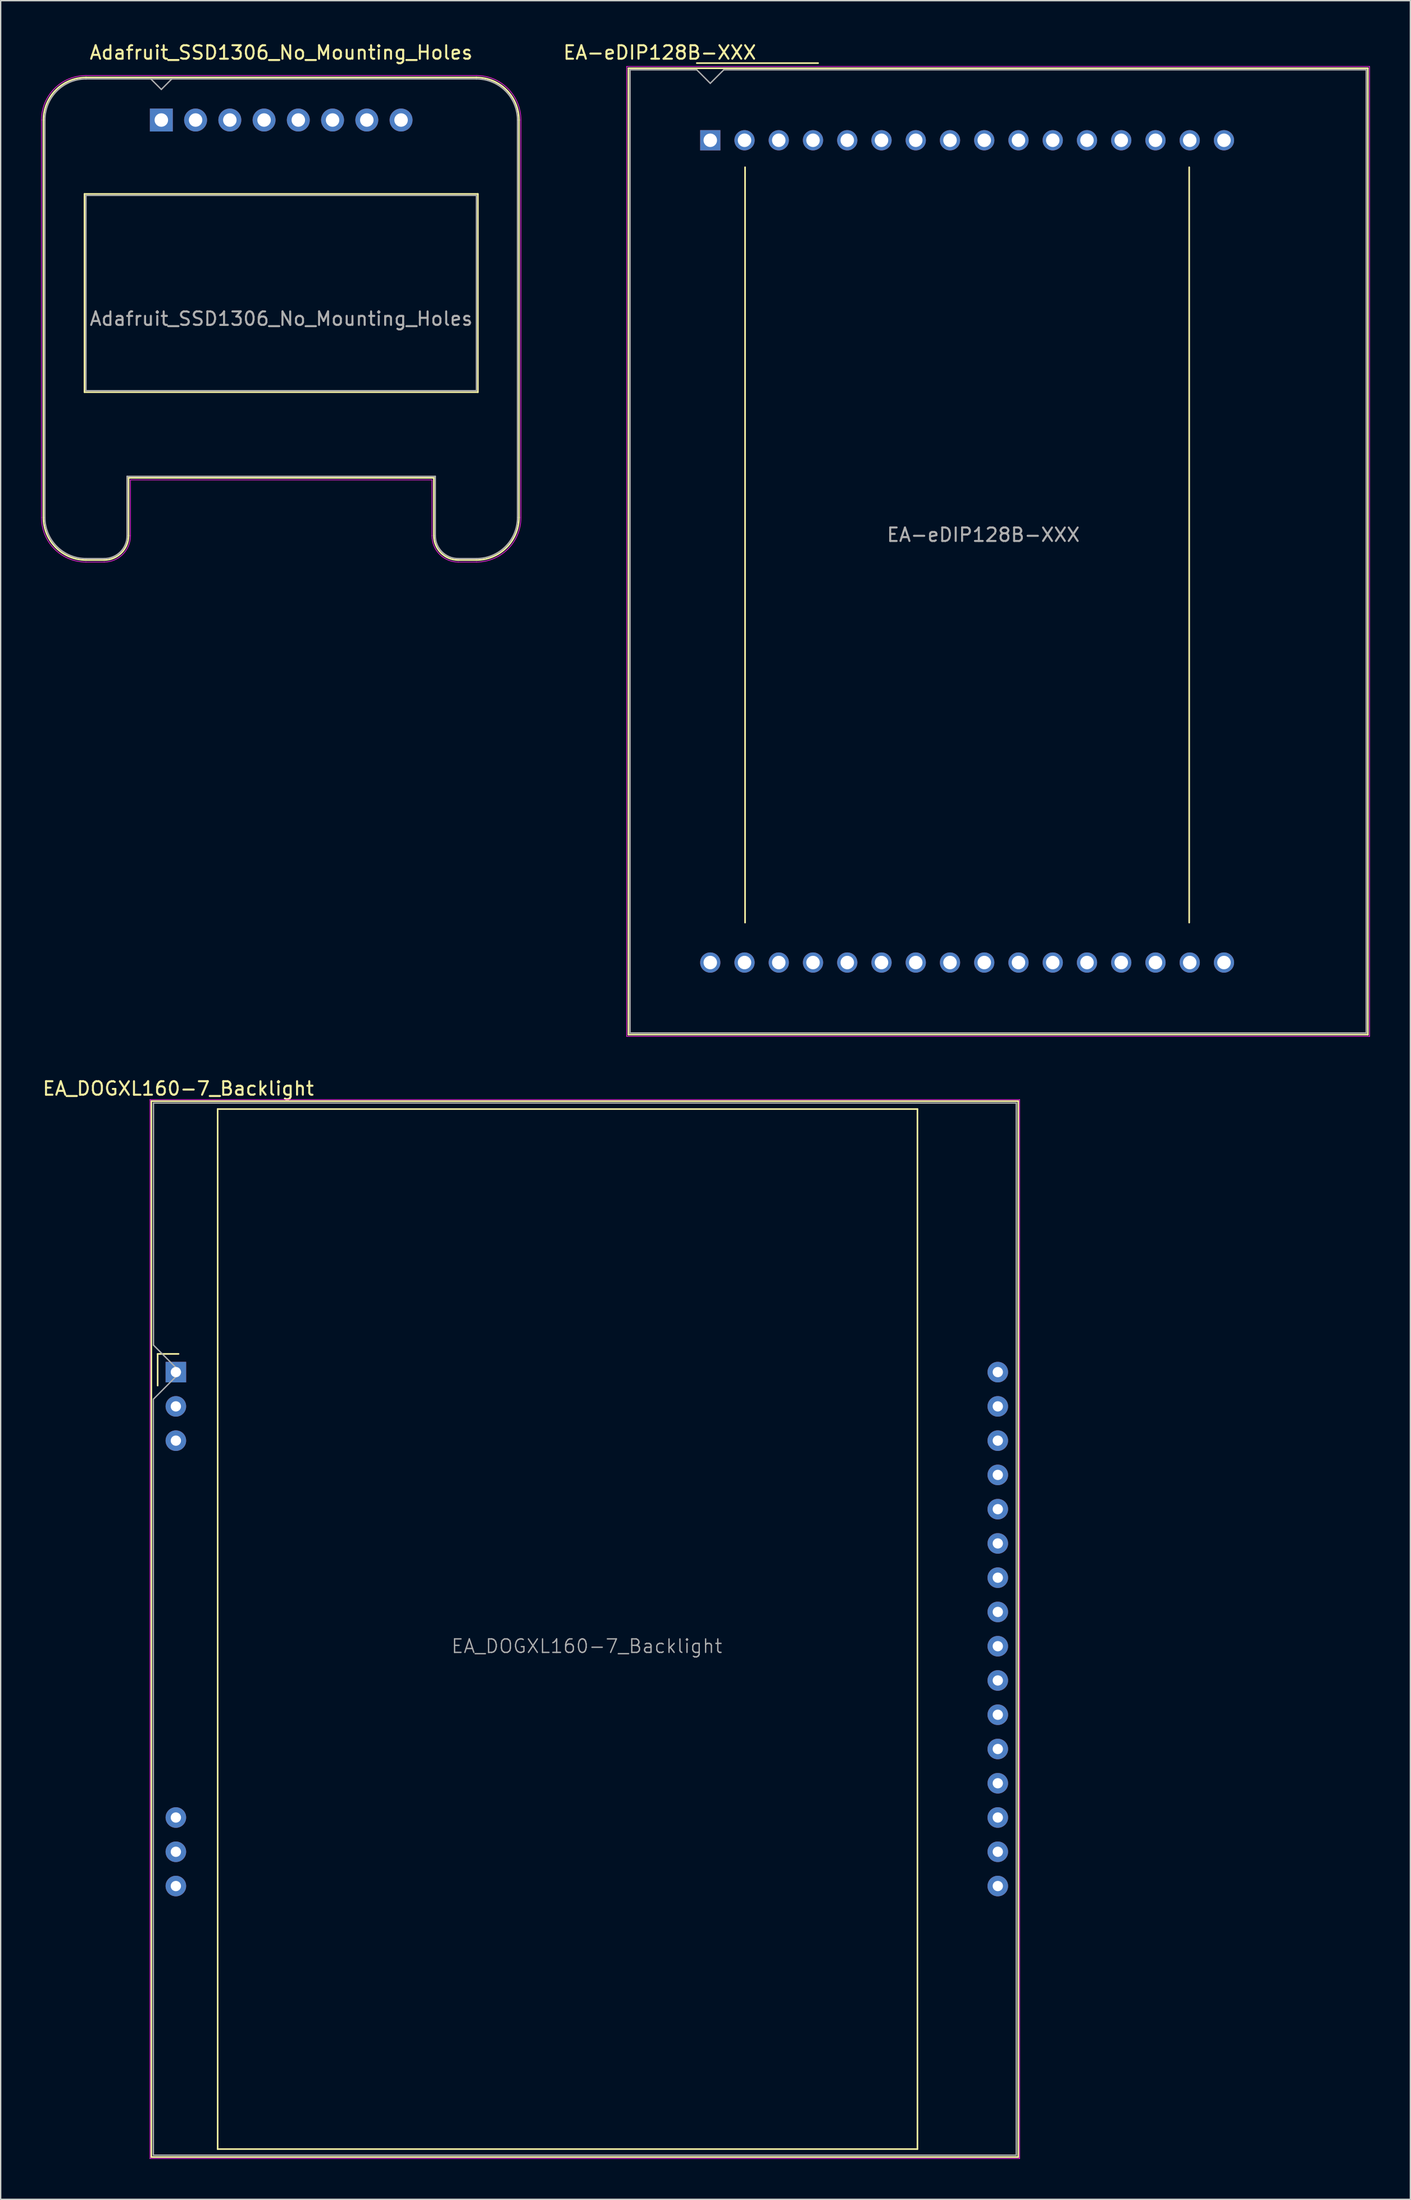
<source format=kicad_pcb>
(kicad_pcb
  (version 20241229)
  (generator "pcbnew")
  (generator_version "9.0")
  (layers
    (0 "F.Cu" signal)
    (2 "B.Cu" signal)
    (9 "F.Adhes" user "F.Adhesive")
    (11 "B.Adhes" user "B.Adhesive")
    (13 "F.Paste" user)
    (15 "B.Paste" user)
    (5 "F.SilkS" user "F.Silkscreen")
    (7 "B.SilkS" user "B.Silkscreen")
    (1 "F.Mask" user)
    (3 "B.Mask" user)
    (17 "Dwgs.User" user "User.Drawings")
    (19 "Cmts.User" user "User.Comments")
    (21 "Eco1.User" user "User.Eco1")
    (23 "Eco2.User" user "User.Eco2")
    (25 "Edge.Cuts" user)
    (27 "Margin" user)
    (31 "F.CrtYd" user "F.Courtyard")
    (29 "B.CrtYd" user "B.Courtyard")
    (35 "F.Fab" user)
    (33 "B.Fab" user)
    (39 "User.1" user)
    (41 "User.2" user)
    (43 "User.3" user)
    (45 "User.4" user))
  (footprint "Adafruit_SSD1306_No_Mounting_Holes"
    (layer "F.Cu")
    (at 8.915 5.848)
    (property "Reference" "Adafruit_SSD1306_No_Mounting_Holes" (at 8.89 -5 0) (layer "F.SilkS") (effects (font (size 1 1) (thickness 0.15))))
    (attr through_hole)
    (fp_line (start -8.746 0) (end -8.746 29.464) (stroke (width 0.12) (type solid)) (layer "F.SilkS"))
    (fp_line (start -5.698 5.478) (end -5.698 20.176) (stroke (width 0.12) (type solid)) (layer "F.SilkS"))
    (fp_line (start -5.698 5.478) (end 23.478 5.478) (stroke (width 0.12) (type solid)) (layer "F.SilkS"))
    (fp_line (start -5.698 20.176) (end 23.478 20.176) (stroke (width 0.12) (type solid)) (layer "F.SilkS"))
    (fp_line (start -4.238 32.622) (end -5.59 32.622) (stroke (width 0.12) (type solid)) (layer "F.SilkS"))
    (fp_line (start -2.43 26.526) (end -2.43 30.814) (stroke (width 0.12) (type solid)) (layer "F.SilkS"))
    (fp_line (start -2.43 26.526) (end 20.21 26.526) (stroke (width 0.12) (type solid)) (layer "F.SilkS"))
    (fp_line (start 20.21 26.526) (end 20.21 30.814) (stroke (width 0.12) (type solid)) (layer "F.SilkS"))
    (fp_line (start 22.018 32.622) (end 23.37 32.622) (stroke (width 0.12) (type solid)) (layer "F.SilkS"))
    (fp_line (start 23.368 -3.158) (end -5.588 -3.158) (stroke (width 0.12) (type solid)) (layer "F.SilkS"))
    (fp_line (start 23.478 5.478) (end 23.478 20.176) (stroke (width 0.12) (type solid)) (layer "F.SilkS"))
    (fp_line (start 26.526 0) (end 26.526 29.464) (stroke (width 0.12) (type solid)) (layer "F.SilkS"))
    (fp_arc (start -8.746 0) (mid -7.821043 -2.233043) (end -5.588 -3.158) (stroke (width 0.12) (type solid)) (layer "F.SilkS"))
    (fp_arc (start -5.588 32.622) (mid -7.821043 31.697043) (end -8.746 29.464) (stroke (width 0.12) (type solid)) (layer "F.SilkS"))
    (fp_arc (start -2.43 30.812) (mid -2.958137 32.091035) (end -4.236 32.622) (stroke (width 0.12) (type solid)) (layer "F.SilkS"))
    (fp_arc (start 22.016 32.622) (mid 20.738137 32.091035) (end 20.21 30.812) (stroke (width 0.12) (type solid)) (layer "F.SilkS"))
    (fp_arc (start 23.368 -3.158) (mid 25.601043 -2.233043) (end 26.526 0) (stroke (width 0.12) (type solid)) (layer "F.SilkS"))
    (fp_arc (start 26.526 29.464) (mid 25.601043 31.697043) (end 23.368 32.622) (stroke (width 0.12) (type solid)) (layer "F.SilkS"))
    (fp_line (start -8.89 0) (end -8.89 29.47) (stroke (width 0.05) (type solid)) (layer "F.CrtYd"))
    (fp_line (start -4.24 32.77) (end -5.59 32.77) (stroke (width 0.05) (type solid)) (layer "F.CrtYd"))
    (fp_line (start -2.29 26.68) (end -2.29 30.82) (stroke (width 0.05) (type solid)) (layer "F.CrtYd"))
    (fp_line (start -2.29 26.68) (end 20.07 26.68) (stroke (width 0.05) (type solid)) (layer "F.CrtYd"))
    (fp_line (start 20.07 26.68) (end 20.07 30.82) (stroke (width 0.05) (type solid)) (layer "F.CrtYd"))
    (fp_line (start 22.02 32.77) (end 23.37 32.77) (stroke (width 0.05) (type solid)) (layer "F.CrtYd"))
    (fp_line (start 23.37 -3.3) (end -5.59 -3.3) (stroke (width 0.05) (type solid)) (layer "F.CrtYd"))
    (fp_line (start 26.67 0) (end 26.67 29.47) (stroke (width 0.05) (type solid)) (layer "F.CrtYd"))
    (fp_arc (start -8.89 0) (mid -7.923452 -2.333452) (end -5.59 -3.3) (stroke (width 0.05) (type solid)) (layer "F.CrtYd"))
    (fp_arc (start -5.59 32.77) (mid -7.923452 31.803452) (end -8.89 29.47) (stroke (width 0.05) (type solid)) (layer "F.CrtYd"))
    (fp_arc (start -2.29 30.82) (mid -2.861142 32.198858) (end -4.24 32.77) (stroke (width 0.05) (type solid)) (layer "F.CrtYd"))
    (fp_arc (start 22.02 32.77) (mid 20.641142 32.198858) (end 20.07 30.82) (stroke (width 0.05) (type solid)) (layer "F.CrtYd"))
    (fp_arc (start 23.37 -3.3) (mid 25.703452 -2.333452) (end 26.67 0) (stroke (width 0.05) (type solid)) (layer "F.CrtYd"))
    (fp_arc (start 26.67 29.47) (mid 25.703452 31.803452) (end 23.37 32.77) (stroke (width 0.05) (type solid)) (layer "F.CrtYd"))
    (fp_line (start -8.636 0) (end -8.636 29.464) (stroke (width 0.1) (type solid)) (layer "F.Fab"))
    (fp_line (start -5.588 5.588) (end -5.588 20.066) (stroke (width 0.1) (type solid)) (layer "F.Fab"))
    (fp_line (start -5.588 5.588) (end 23.368 5.588) (stroke (width 0.1) (type solid)) (layer "F.Fab"))
    (fp_line (start -5.588 20.066) (end 23.368 20.066) (stroke (width 0.1) (type solid)) (layer "F.Fab"))
    (fp_line (start -4.238 32.512) (end -5.59 32.512) (stroke (width 0.1) (type solid)) (layer "F.Fab"))
    (fp_line (start -2.54 26.416) (end -2.54 30.814) (stroke (width 0.1) (type solid)) (layer "F.Fab"))
    (fp_line (start -2.54 26.416) (end 20.32 26.416) (stroke (width 0.1) (type solid)) (layer "F.Fab"))
    (fp_line (start -0.78 -3.048) (end 0 -2.268) (stroke (width 0.1) (type solid)) (layer "F.Fab"))
    (fp_line (start 0 -2.268) (end 0.78 -3.048) (stroke (width 0.1) (type solid)) (layer "F.Fab"))
    (fp_line (start 20.32 26.416) (end 20.32 30.814) (stroke (width 0.1) (type solid)) (layer "F.Fab"))
    (fp_line (start 22.018 32.512) (end 23.37 32.512) (stroke (width 0.1) (type solid)) (layer "F.Fab"))
    (fp_line (start 23.368 -3.048) (end -5.588 -3.048) (stroke (width 0.1) (type solid)) (layer "F.Fab"))
    (fp_line (start 23.368 5.588) (end 23.368 20.066) (stroke (width 0.1) (type solid)) (layer "F.Fab"))
    (fp_line (start 26.416 0) (end 26.416 29.464) (stroke (width 0.1) (type solid)) (layer "F.Fab"))
    (fp_arc (start -8.636 0.002) (mid -7.744676 -2.153847) (end -5.59 -3.048) (stroke (width 0.1) (type solid)) (layer "F.Fab"))
    (fp_arc (start -5.59 32.512) (mid -7.744676 31.617847) (end -8.636 29.462) (stroke (width 0.1) (type solid)) (layer "F.Fab"))
    (fp_arc (start -2.54 30.812) (mid -3.035918 32.013253) (end -4.236 32.512) (stroke (width 0.1) (type solid)) (layer "F.Fab"))
    (fp_arc (start 22.016 32.512) (mid 20.815918 32.013253) (end 20.32 30.812) (stroke (width 0.1) (type solid)) (layer "F.Fab"))
    (fp_arc (start 23.368 -3.048) (mid 25.523261 -2.155261) (end 26.416 0) (stroke (width 0.1) (type solid)) (layer "F.Fab"))
    (fp_arc (start 26.416 29.464) (mid 25.523261 31.619261) (end 23.368 32.512) (stroke (width 0.1) (type solid)) (layer "F.Fab"))
    (fp_text user "${REFERENCE}" (at 8.89 14.732 0) (layer "F.Fab") (effects (font (size 1 1) (thickness 0.15))))
    (pad "1" thru_hole rect (at 0 0) (size 1.7 1.7) (drill 1) (layers "*.Cu" "*.Mask"))
    (pad "2" thru_hole circle (at 2.54 0) (size 1.7 1.7) (drill 1) (layers "*.Cu" "*.Mask"))
    (pad "3" thru_hole circle (at 5.08 0) (size 1.7 1.7) (drill 1) (layers "*.Cu" "*.Mask"))
    (pad "4" thru_hole circle (at 7.62 0) (size 1.7 1.7) (drill 1) (layers "*.Cu" "*.Mask"))
    (pad "5" thru_hole circle (at 10.16 0) (size 1.7 1.7) (drill 1) (layers "*.Cu" "*.Mask"))
    (pad "6" thru_hole circle (at 12.7 0) (size 1.7 1.7) (drill 1) (layers "*.Cu" "*.Mask"))
    (pad "7" thru_hole circle (at 15.24 0) (size 1.7 1.7) (drill 1) (layers "*.Cu" "*.Mask"))
    (pad "8" thru_hole circle (at 17.78 0) (size 1.7 1.7) (drill 1) (layers "*.Cu" "*.Mask")))
  (footprint "EA_DOGXL160-7_Backlight"
    (layer "F.Cu")
    (at 9.993 98.671)
    (property "Reference" "EA_DOGXL160-7_Backlight" (at 0.18 -21.02 0) (layer "F.SilkS") (effects (font (size 1 1) (thickness 0.15))))
    (attr through_hole)
    (fp_line (start -1.82 -20.09) (end -1.82 58.19) (stroke (width 0.12) (type solid)) (layer "F.SilkS"))
    (fp_line (start -1.82 58.19) (end 62.48 58.19) (stroke (width 0.12) (type solid)) (layer "F.SilkS"))
    (fp_line (start -1.35 -1.35) (end -1.35 1) (stroke (width 0.12) (type solid)) (layer "F.SilkS"))
    (fp_line (start 0.2 -1.35) (end -1.35 -1.35) (stroke (width 0.12) (type solid)) (layer "F.SilkS"))
    (fp_line (start 3.1 -19.5) (end 3.1 57.6) (stroke (width 0.12) (type solid)) (layer "F.SilkS"))
    (fp_line (start 3.1 57.6) (end 55 57.6) (stroke (width 0.12) (type solid)) (layer "F.SilkS"))
    (fp_line (start 55 -19.5) (end 3.1 -19.5) (stroke (width 0.12) (type solid)) (layer "F.SilkS"))
    (fp_line (start 55 57.6) (end 55 -19.5) (stroke (width 0.12) (type solid)) (layer "F.SilkS"))
    (fp_line (start 62.48 -20.09) (end -1.82 -20.09) (stroke (width 0.12) (type solid)) (layer "F.SilkS"))
    (fp_line (start 62.48 58.19) (end 62.48 -20.09) (stroke (width 0.12) (type solid)) (layer "F.SilkS"))
    (fp_line (start -1.92 -20.2) (end 62.58 -20.2) (stroke (width 0.05) (type solid)) (layer "F.CrtYd"))
    (fp_line (start -1.92 58.3) (end -1.92 -20.2) (stroke (width 0.05) (type solid)) (layer "F.CrtYd"))
    (fp_line (start 62.58 -20.2) (end 62.58 58.3) (stroke (width 0.05) (type solid)) (layer "F.CrtYd"))
    (fp_line (start 62.58 58.3) (end -1.92 58.3) (stroke (width 0.05) (type solid)) (layer "F.CrtYd"))
    (fp_line (start -1.67 2) (end -1.67 58.05) (stroke (width 0.1) (type solid)) (layer "F.Fab"))
    (fp_line (start -1.66 -19.95) (end 62.33 -19.95) (stroke (width 0.1) (type solid)) (layer "F.Fab"))
    (fp_line (start -1.66 -2) (end -1.66 -19.95) (stroke (width 0.1) (type solid)) (layer "F.Fab"))
    (fp_line (start -1.66 -2) (end 0.34 0) (stroke (width 0.1) (type solid)) (layer "F.Fab"))
    (fp_line (start 0.34 0) (end -1.66 2) (stroke (width 0.1) (type solid)) (layer "F.Fab"))
    (fp_line (start 62.33 -19.95) (end 62.33 58.05) (stroke (width 0.1) (type solid)) (layer "F.Fab"))
    (fp_line (start 62.33 58.05) (end -1.67 58.05) (stroke (width 0.1) (type solid)) (layer "F.Fab"))
    (fp_text user "${REFERENCE}" (at 30.48 20.32 0) (layer "F.Fab") (effects (font (size 1 1) (thickness 0.1))))
    (pad "1" thru_hole rect (at 0 0) (size 1.524 1.524) (drill 0.762) (layers "*.Cu" "*.Mask"))
    (pad "2" thru_hole circle (at 0 2.54) (size 1.524 1.524) (drill 0.762) (layers "*.Cu" "*.Mask"))
    (pad "3" thru_hole circle (at 0 5.08) (size 1.524 1.524) (drill 0.762) (layers "*.Cu" "*.Mask"))
    (pad "14" thru_hole circle (at 0 33.02) (size 1.524 1.524) (drill 0.762) (layers "*.Cu" "*.Mask"))
    (pad "15" thru_hole circle (at 0 35.56) (size 1.524 1.524) (drill 0.762) (layers "*.Cu" "*.Mask"))
    (pad "16" thru_hole circle (at 0 38.1) (size 1.524 1.524) (drill 0.762) (layers "*.Cu" "*.Mask"))
    (pad "17" thru_hole circle (at 60.96 38.1) (size 1.524 1.524) (drill 0.762) (layers "*.Cu" "*.Mask"))
    (pad "18" thru_hole circle (at 60.96 35.56) (size 1.524 1.524) (drill 0.762) (layers "*.Cu" "*.Mask"))
    (pad "19" thru_hole circle (at 60.96 33.02) (size 1.524 1.524) (drill 0.762) (layers "*.Cu" "*.Mask"))
    (pad "20" thru_hole circle (at 60.96 30.48) (size 1.524 1.524) (drill 0.762) (layers "*.Cu" "*.Mask"))
    (pad "21" thru_hole circle (at 60.96 27.94) (size 1.524 1.524) (drill 0.762) (layers "*.Cu" "*.Mask"))
    (pad "22" thru_hole circle (at 60.96 25.4) (size 1.524 1.524) (drill 0.762) (layers "*.Cu" "*.Mask"))
    (pad "23" thru_hole circle (at 60.96 22.86) (size 1.524 1.524) (drill 0.762) (layers "*.Cu" "*.Mask"))
    (pad "24" thru_hole circle (at 60.96 20.32) (size 1.524 1.524) (drill 0.762) (layers "*.Cu" "*.Mask"))
    (pad "25" thru_hole circle (at 60.96 17.78) (size 1.524 1.524) (drill 0.762) (layers "*.Cu" "*.Mask"))
    (pad "26" thru_hole circle (at 60.96 15.24) (size 1.524 1.524) (drill 0.762) (layers "*.Cu" "*.Mask"))
    (pad "27" thru_hole circle (at 60.96 12.7) (size 1.524 1.524) (drill 0.762) (layers "*.Cu" "*.Mask"))
    (pad "28" thru_hole circle (at 60.96 10.16) (size 1.524 1.524) (drill 0.762) (layers "*.Cu" "*.Mask"))
    (pad "29" thru_hole circle (at 60.96 7.62) (size 1.524 1.524) (drill 0.762) (layers "*.Cu" "*.Mask"))
    (pad "30" thru_hole circle (at 60.96 5.08) (size 1.524 1.524) (drill 0.762) (layers "*.Cu" "*.Mask"))
    (pad "31" thru_hole circle (at 60.96 2.54) (size 1.524 1.524) (drill 0.762) (layers "*.Cu" "*.Mask"))
    (pad "32" thru_hole circle (at 60.96 0) (size 1.524 1.524) (drill 0.762) (layers "*.Cu" "*.Mask")))
  (footprint "EA-eDIP128B-XXX"
    (layer "F.Cu")
    (at 49.628 7.348)
    (property "Reference" "EA-eDIP128B-XXX" (at -3.75 -6.5 0) (layer "F.SilkS") (effects (font (size 1 1) (thickness 0.15))))
    (attr through_hole)
    (fp_line (start -6.07 -5.34) (end 48.77 -5.34) (stroke (width 0.12) (type solid)) (layer "F.SilkS"))
    (fp_line (start -6.07 66.3) (end -6.07 -5.34) (stroke (width 0.12) (type solid)) (layer "F.SilkS"))
    (fp_line (start -1 -5.72) (end 8 -5.72) (stroke (width 0.12) (type solid)) (layer "F.SilkS"))
    (fp_line (start 2.58 58) (end 2.58 2) (stroke (width 0.12) (type solid)) (layer "F.SilkS"))
    (fp_line (start 35.52 2) (end 35.52 58) (stroke (width 0.12) (type solid)) (layer "F.SilkS"))
    (fp_line (start 48.77 -5.34) (end 48.77 66.3) (stroke (width 0.12) (type solid)) (layer "F.SilkS"))
    (fp_line (start 48.77 66.3) (end -6.07 66.3) (stroke (width 0.12) (type solid)) (layer "F.SilkS"))
    (fp_line (start -6.2 -5.47) (end 48.9 -5.47) (stroke (width 0.05) (type solid)) (layer "F.CrtYd"))
    (fp_line (start -6.2 66.43) (end -6.2 -5.47) (stroke (width 0.05) (type solid)) (layer "F.CrtYd"))
    (fp_line (start 48.9 -5.47) (end 48.9 66.43) (stroke (width 0.05) (type solid)) (layer "F.CrtYd"))
    (fp_line (start 48.9 66.43) (end -6.2 66.43) (stroke (width 0.05) (type solid)) (layer "F.CrtYd"))
    (fp_line (start -5.95 -5.22) (end -1 -5.22) (stroke (width 0.1) (type solid)) (layer "F.Fab"))
    (fp_line (start -5.95 66.18) (end -5.95 -5.22) (stroke (width 0.1) (type solid)) (layer "F.Fab"))
    (fp_line (start -1 -5.22) (end 0 -4.22) (stroke (width 0.1) (type solid)) (layer "F.Fab"))
    (fp_line (start 0 -4.22) (end 1 -5.22) (stroke (width 0.1) (type solid)) (layer "F.Fab"))
    (fp_line (start 1 -5.22) (end 48.65 -5.22) (stroke (width 0.1) (type solid)) (layer "F.Fab"))
    (fp_line (start 48.65 -5.22) (end 48.65 66.18) (stroke (width 0.1) (type solid)) (layer "F.Fab"))
    (fp_line (start 48.65 66.18) (end -5.95 66.18) (stroke (width 0.1) (type solid)) (layer "F.Fab"))
    (fp_text user "${REFERENCE}" (at 20.25 29.25 0) (layer "F.Fab") (effects (font (size 1 1) (thickness 0.15))))
    (pad "1" thru_hole rect (at 0 0) (size 1.5 1.5) (drill 1) (layers "*.Cu" "*.Mask"))
    (pad "2" thru_hole circle (at 2.54 0) (size 1.5 1.5) (drill 1) (layers "*.Cu" "*.Mask"))
    (pad "3" thru_hole circle (at 5.08 0) (size 1.5 1.5) (drill 1) (layers "*.Cu" "*.Mask"))
    (pad "4" thru_hole circle (at 7.62 0) (size 1.5 1.5) (drill 1) (layers "*.Cu" "*.Mask"))
    (pad "5" thru_hole circle (at 10.16 0) (size 1.5 1.5) (drill 1) (layers "*.Cu" "*.Mask"))
    (pad "6" thru_hole circle (at 12.7 0) (size 1.5 1.5) (drill 1) (layers "*.Cu" "*.Mask"))
    (pad "7" thru_hole circle (at 15.24 0) (size 1.5 1.5) (drill 1) (layers "*.Cu" "*.Mask"))
    (pad "8" thru_hole circle (at 17.78 0) (size 1.5 1.5) (drill 1) (layers "*.Cu" "*.Mask"))
    (pad "9" thru_hole circle (at 20.32 0) (size 1.5 1.5) (drill 1) (layers "*.Cu" "*.Mask"))
    (pad "10" thru_hole circle (at 22.86 0) (size 1.5 1.5) (drill 1) (layers "*.Cu" "*.Mask"))
    (pad "11" thru_hole circle (at 25.4 0) (size 1.5 1.5) (drill 1) (layers "*.Cu" "*.Mask"))
    (pad "12" thru_hole circle (at 27.94 0) (size 1.5 1.5) (drill 1) (layers "*.Cu" "*.Mask"))
    (pad "13" thru_hole circle (at 30.48 0) (size 1.5 1.5) (drill 1) (layers "*.Cu" "*.Mask"))
    (pad "14" thru_hole circle (at 33.02 0) (size 1.5 1.5) (drill 1) (layers "*.Cu" "*.Mask"))
    (pad "15" thru_hole circle (at 35.56 0) (size 1.5 1.5) (drill 1) (layers "*.Cu" "*.Mask"))
    (pad "16" thru_hole circle (at 38.1 0) (size 1.5 1.5) (drill 1) (layers "*.Cu" "*.Mask"))
    (pad "17" thru_hole circle (at 38.1 60.96) (size 1.5 1.5) (drill 1) (layers "*.Cu" "*.Mask"))
    (pad "18" thru_hole circle (at 35.56 60.96) (size 1.5 1.5) (drill 1) (layers "*.Cu" "*.Mask"))
    (pad "19" thru_hole circle (at 33.02 60.96) (size 1.5 1.5) (drill 1) (layers "*.Cu" "*.Mask"))
    (pad "20" thru_hole circle (at 30.48 60.96) (size 1.5 1.5) (drill 1) (layers "*.Cu" "*.Mask"))
    (pad "21" thru_hole circle (at 27.94 60.96) (size 1.5 1.5) (drill 1) (layers "*.Cu" "*.Mask"))
    (pad "22" thru_hole circle (at 25.4 60.96) (size 1.5 1.5) (drill 1) (layers "*.Cu" "*.Mask"))
    (pad "23" thru_hole circle (at 22.86 60.96) (size 1.5 1.5) (drill 1) (layers "*.Cu" "*.Mask"))
    (pad "24" thru_hole circle (at 20.32 60.96) (size 1.5 1.5) (drill 1) (layers "*.Cu" "*.Mask"))
    (pad "25" thru_hole circle (at 17.78 60.96) (size 1.5 1.5) (drill 1) (layers "*.Cu" "*.Mask"))
    (pad "26" thru_hole circle (at 15.24 60.96) (size 1.5 1.5) (drill 1) (layers "*.Cu" "*.Mask"))
    (pad "27" thru_hole circle (at 12.7 60.96) (size 1.5 1.5) (drill 1) (layers "*.Cu" "*.Mask"))
    (pad "28" thru_hole circle (at 10.16 60.96) (size 1.5 1.5) (drill 1) (layers "*.Cu" "*.Mask"))
    (pad "29" thru_hole circle (at 7.62 60.96) (size 1.5 1.5) (drill 1) (layers "*.Cu" "*.Mask"))
    (pad "30" thru_hole circle (at 5.08 60.96) (size 1.5 1.5) (drill 1) (layers "*.Cu" "*.Mask"))
    (pad "31" thru_hole circle (at 2.54 60.96) (size 1.5 1.5) (drill 1) (layers "*.Cu" "*.Mask"))
    (pad "32" thru_hole circle (at 0 60.96) (size 1.5 1.5) (drill 1) (layers "*.Cu" "*.Mask")))
  (gr_rect
    (start -3 -3)
    (end 101.553 159.996)
    (stroke (width 0.1) (type default))
    (fill no)
    (layer "Edge.Cuts")))
</source>
